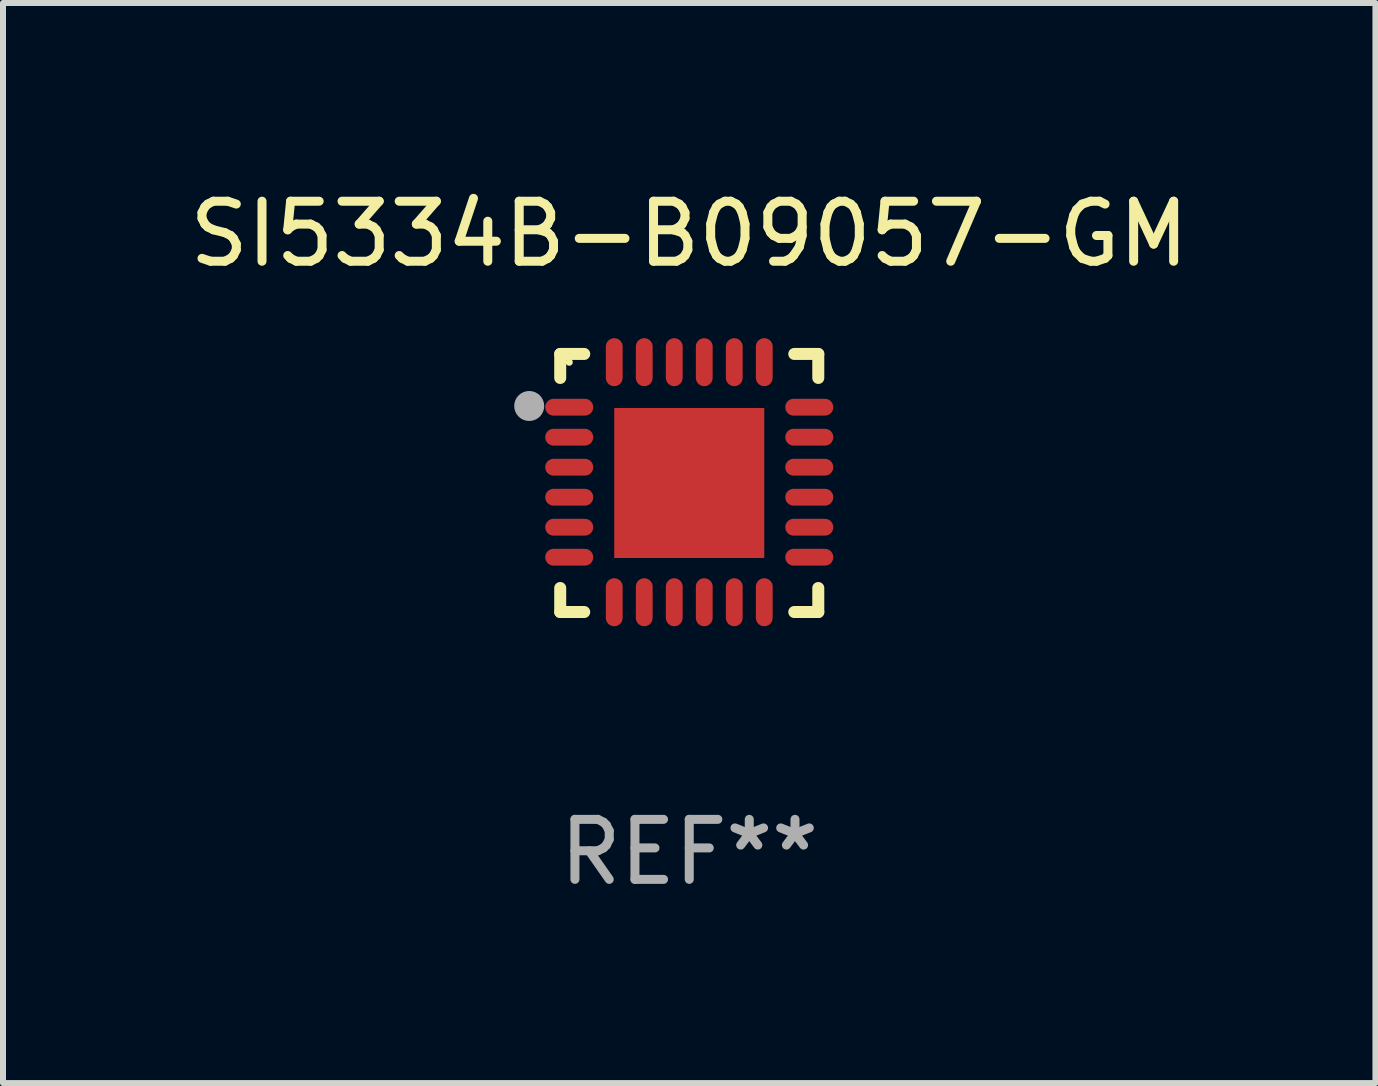
<source format=kicad_pcb>
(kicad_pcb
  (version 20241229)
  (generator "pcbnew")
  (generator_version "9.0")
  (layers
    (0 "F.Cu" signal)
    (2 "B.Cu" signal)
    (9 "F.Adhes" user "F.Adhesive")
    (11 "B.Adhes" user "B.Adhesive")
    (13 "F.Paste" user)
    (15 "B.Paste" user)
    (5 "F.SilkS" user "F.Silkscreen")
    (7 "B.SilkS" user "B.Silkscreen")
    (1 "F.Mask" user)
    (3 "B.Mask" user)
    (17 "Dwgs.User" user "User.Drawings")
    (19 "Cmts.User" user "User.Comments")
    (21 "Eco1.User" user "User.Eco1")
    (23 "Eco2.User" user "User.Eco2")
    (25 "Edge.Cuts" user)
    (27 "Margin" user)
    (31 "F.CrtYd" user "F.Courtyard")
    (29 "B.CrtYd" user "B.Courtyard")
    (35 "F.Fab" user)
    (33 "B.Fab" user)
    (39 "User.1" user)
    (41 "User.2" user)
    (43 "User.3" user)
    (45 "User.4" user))
  (footprint "SI5334B-B09057-GM"
    (layer "F.Cu")
    (at 8.435 4.998)
    (property "Reference" "SI5334B-B09057-GM" (at 0 -4.15 0) (layer "F.SilkS") (effects (font (size 1 1) (thickness 0.15))))
    (attr through_hole)
    (fp_line (start -2.15 -2.15) (end -1.75 -2.15) (stroke (width 0.2) (type solid)) (layer "F.SilkS"))
    (fp_line (start -2.15 -1.75) (end -2.15 -2.15) (stroke (width 0.2) (type solid)) (layer "F.SilkS"))
    (fp_line (start -2.15 2.15) (end -2.15 1.75) (stroke (width 0.2) (type solid)) (layer "F.SilkS"))
    (fp_line (start -1.75 2.15) (end -2.15 2.15) (stroke (width 0.2) (type solid)) (layer "F.SilkS"))
    (fp_line (start 1.75 -2.15) (end 2.15 -2.15) (stroke (width 0.2) (type solid)) (layer "F.SilkS"))
    (fp_line (start 1.75 2.15) (end 2.15 2.15) (stroke (width 0.2) (type solid)) (layer "F.SilkS"))
    (fp_line (start 2.15 -2.15) (end 2.15 -1.75) (stroke (width 0.2) (type solid)) (layer "F.SilkS"))
    (fp_line (start 2.15 2.15) (end 2.15 1.75) (stroke (width 0.2) (type solid)) (layer "F.SilkS"))
    (fp_circle (center -2 -2.013) (end -1.97 -2.013) (stroke (width 0.06) (type solid)) (fill no) (layer "F.SilkS"))
    (fp_circle (center -2.667 -1.283) (end -2.542 -1.283) (stroke (width 0.25) (type solid)) (fill no) (layer "F.Fab"))
    (fp_text user "REF**" (at 0 6.15 0) (layer "F.Fab") (effects (font (size 1 1) (thickness 0.15))))
    (pad "1" smd oval (at -2 -1.263) (size 0.8 0.28) (layers "F.Cu" "F.Mask" "F.Paste"))
    (pad "2" smd oval (at -2 -0.763) (size 0.8 0.28) (layers "F.Cu" "F.Mask" "F.Paste"))
    (pad "3" smd oval (at -2 -0.263) (size 0.8 0.28) (layers "F.Cu" "F.Mask" "F.Paste"))
    (pad "4" smd oval (at -2 0.237) (size 0.8 0.28) (layers "F.Cu" "F.Mask" "F.Paste"))
    (pad "5" smd oval (at -2 0.737) (size 0.8 0.28) (layers "F.Cu" "F.Mask" "F.Paste"))
    (pad "6" smd oval (at -2 1.237) (size 0.8 0.28) (layers "F.Cu" "F.Mask" "F.Paste"))
    (pad "7" smd oval (at -1.25 1.987) (size 0.28 0.8) (layers "F.Cu" "F.Mask" "F.Paste"))
    (pad "8" smd oval (at -0.75 1.987) (size 0.28 0.8) (layers "F.Cu" "F.Mask" "F.Paste"))
    (pad "9" smd oval (at -0.25 1.987) (size 0.28 0.8) (layers "F.Cu" "F.Mask" "F.Paste"))
    (pad "10" smd oval (at 0.25 1.987) (size 0.28 0.8) (layers "F.Cu" "F.Mask" "F.Paste"))
    (pad "11" smd oval (at 0.75 1.987) (size 0.28 0.8) (layers "F.Cu" "F.Mask" "F.Paste"))
    (pad "12" smd oval (at 1.25 1.987) (size 0.28 0.8) (layers "F.Cu" "F.Mask" "F.Paste"))
    (pad "13" smd oval (at 2 1.237) (size 0.8 0.28) (layers "F.Cu" "F.Mask" "F.Paste"))
    (pad "14" smd oval (at 2 0.737) (size 0.8 0.28) (layers "F.Cu" "F.Mask" "F.Paste"))
    (pad "15" smd oval (at 2 0.237) (size 0.8 0.28) (layers "F.Cu" "F.Mask" "F.Paste"))
    (pad "16" smd oval (at 2 -0.263) (size 0.8 0.28) (layers "F.Cu" "F.Mask" "F.Paste"))
    (pad "17" smd oval (at 2 -0.763) (size 0.8 0.28) (layers "F.Cu" "F.Mask" "F.Paste"))
    (pad "18" smd oval (at 2 -1.263) (size 0.8 0.28) (layers "F.Cu" "F.Mask" "F.Paste"))
    (pad "19" smd oval (at 1.25 -2.013) (size 0.28 0.8) (layers "F.Cu" "F.Mask" "F.Paste"))
    (pad "20" smd oval (at 0.75 -2.013) (size 0.28 0.8) (layers "F.Cu" "F.Mask" "F.Paste"))
    (pad "21" smd oval (at 0.25 -2.013) (size 0.28 0.8) (layers "F.Cu" "F.Mask" "F.Paste"))
    (pad "22" smd oval (at -0.25 -2.013) (size 0.28 0.8) (layers "F.Cu" "F.Mask" "F.Paste"))
    (pad "23" smd oval (at -0.75 -2.013) (size 0.28 0.8) (layers "F.Cu" "F.Mask" "F.Paste"))
    (pad "24" smd oval (at -1.25 -2.013) (size 0.28 0.8) (layers "F.Cu" "F.Mask" "F.Paste"))
    (pad "25" smd rect (at -0.000127 -0.00014) (size 2.5 2.5) (layers "F.Cu" "F.Mask" "F.Paste")))
  (gr_rect
    (start -3 -3)
    (end 19.869 14.997)
    (stroke (width 0.1) (type default))
    (fill no)
    (layer "Edge.Cuts")))
</source>
